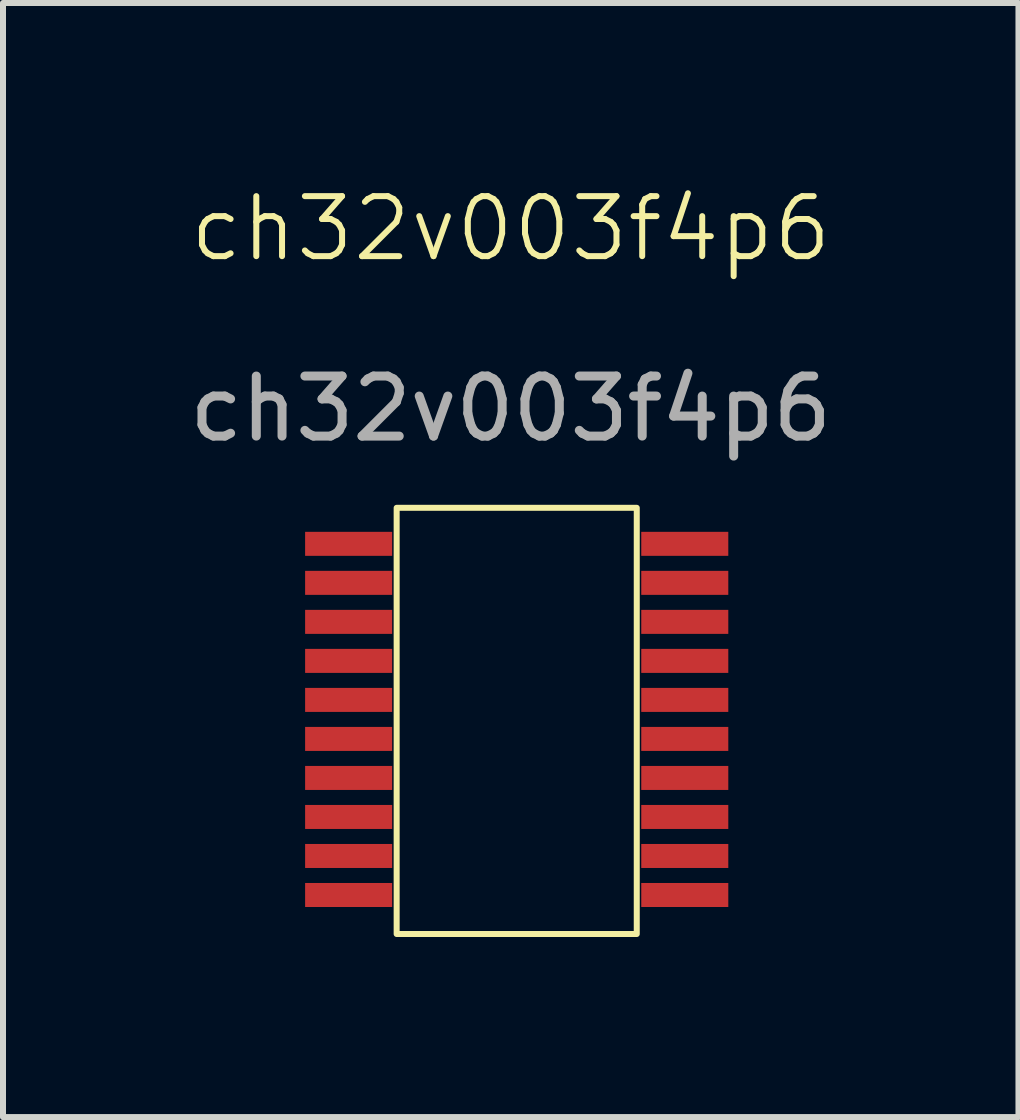
<source format=kicad_pcb>
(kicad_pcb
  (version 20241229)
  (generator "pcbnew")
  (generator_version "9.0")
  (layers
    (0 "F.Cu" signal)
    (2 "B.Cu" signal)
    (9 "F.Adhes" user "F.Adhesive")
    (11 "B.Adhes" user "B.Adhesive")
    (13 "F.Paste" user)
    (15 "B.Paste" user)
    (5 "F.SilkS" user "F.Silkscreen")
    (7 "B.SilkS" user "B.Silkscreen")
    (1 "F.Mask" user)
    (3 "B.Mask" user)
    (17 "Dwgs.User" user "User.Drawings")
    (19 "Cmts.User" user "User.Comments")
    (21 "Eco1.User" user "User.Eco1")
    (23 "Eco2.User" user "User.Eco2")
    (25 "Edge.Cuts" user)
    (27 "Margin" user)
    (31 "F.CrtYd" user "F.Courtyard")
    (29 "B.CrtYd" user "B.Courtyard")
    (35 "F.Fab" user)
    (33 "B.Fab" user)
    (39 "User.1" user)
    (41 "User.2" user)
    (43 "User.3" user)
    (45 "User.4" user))
  (footprint "ch32v003f4p6"
    (layer "F.Cu")
    (at 5.458 8.96)
    (property "Reference" "ch32v003f4p6" (at 0 -8.2 0) (unlocked yes) (layer "F.SilkS") (effects (font (size 1 1) (thickness 0.1))))
    (attr smd)
    (fp_rect (start -1.9 -3.55) (end 2.1 3.55) (stroke (width 0.1) (type default)) (fill no) (layer "F.SilkS"))
    (fp_text user "${REFERENCE}" (at 0 -5.2 0) (unlocked yes) (layer "F.Fab") (effects (font (size 1 1) (thickness 0.15))))
    (pad "1" smd rect (at -2.7 -2.95) (size 1.45 0.4) (layers "F.Cu" "F.Mask" "F.Paste"))
    (pad "2" smd rect (at -2.7 -2.3) (size 1.45 0.4) (layers "F.Cu" "F.Mask" "F.Paste"))
    (pad "3" smd rect (at -2.7 -1.65) (size 1.45 0.4) (layers "F.Cu" "F.Mask" "F.Paste"))
    (pad "4" smd rect (at -2.7 -1) (size 1.45 0.4) (layers "F.Cu" "F.Mask" "F.Paste"))
    (pad "5" smd rect (at -2.7 -0.35) (size 1.45 0.4) (layers "F.Cu" "F.Mask" "F.Paste"))
    (pad "6" smd rect (at -2.7 0.3) (size 1.45 0.4) (layers "F.Cu" "F.Mask" "F.Paste"))
    (pad "7" smd rect (at -2.7 0.95) (size 1.45 0.4) (layers "F.Cu" "F.Mask" "F.Paste"))
    (pad "8" smd rect (at -2.7 1.6) (size 1.45 0.4) (layers "F.Cu" "F.Mask" "F.Paste"))
    (pad "9" smd rect (at -2.7 2.25) (size 1.45 0.4) (layers "F.Cu" "F.Mask" "F.Paste"))
    (pad "10" smd rect (at -2.7 2.9) (size 1.45 0.4) (layers "F.Cu" "F.Mask" "F.Paste"))
    (pad "11" smd rect (at 2.9 2.9) (size 1.45 0.4) (layers "F.Cu" "F.Mask" "F.Paste"))
    (pad "12" smd rect (at 2.9 2.25) (size 1.45 0.4) (layers "F.Cu" "F.Mask" "F.Paste"))
    (pad "13" smd rect (at 2.9 1.6) (size 1.45 0.4) (layers "F.Cu" "F.Mask" "F.Paste"))
    (pad "14" smd rect (at 2.9 0.95) (size 1.45 0.4) (layers "F.Cu" "F.Mask" "F.Paste"))
    (pad "15" smd rect (at 2.9 0.3) (size 1.45 0.4) (layers "F.Cu" "F.Mask" "F.Paste"))
    (pad "16" smd rect (at 2.9 -0.35) (size 1.45 0.4) (layers "F.Cu" "F.Mask" "F.Paste"))
    (pad "17" smd rect (at 2.9 -1) (size 1.45 0.4) (layers "F.Cu" "F.Mask" "F.Paste"))
    (pad "18" smd rect (at 2.9 -1.65) (size 1.45 0.4) (layers "F.Cu" "F.Mask" "F.Paste"))
    (pad "19" smd rect (at 2.9 -2.3) (size 1.45 0.4) (layers "F.Cu" "F.Mask" "F.Paste"))
    (pad "20" smd rect (at 2.9 -2.95) (size 1.45 0.4) (layers "F.Cu" "F.Mask" "F.Paste")))
  (gr_rect
    (start -3 -3)
    (end 13.917 15.56)
    (stroke (width 0.1) (type default))
    (fill no)
    (layer "Edge.Cuts")))
</source>
